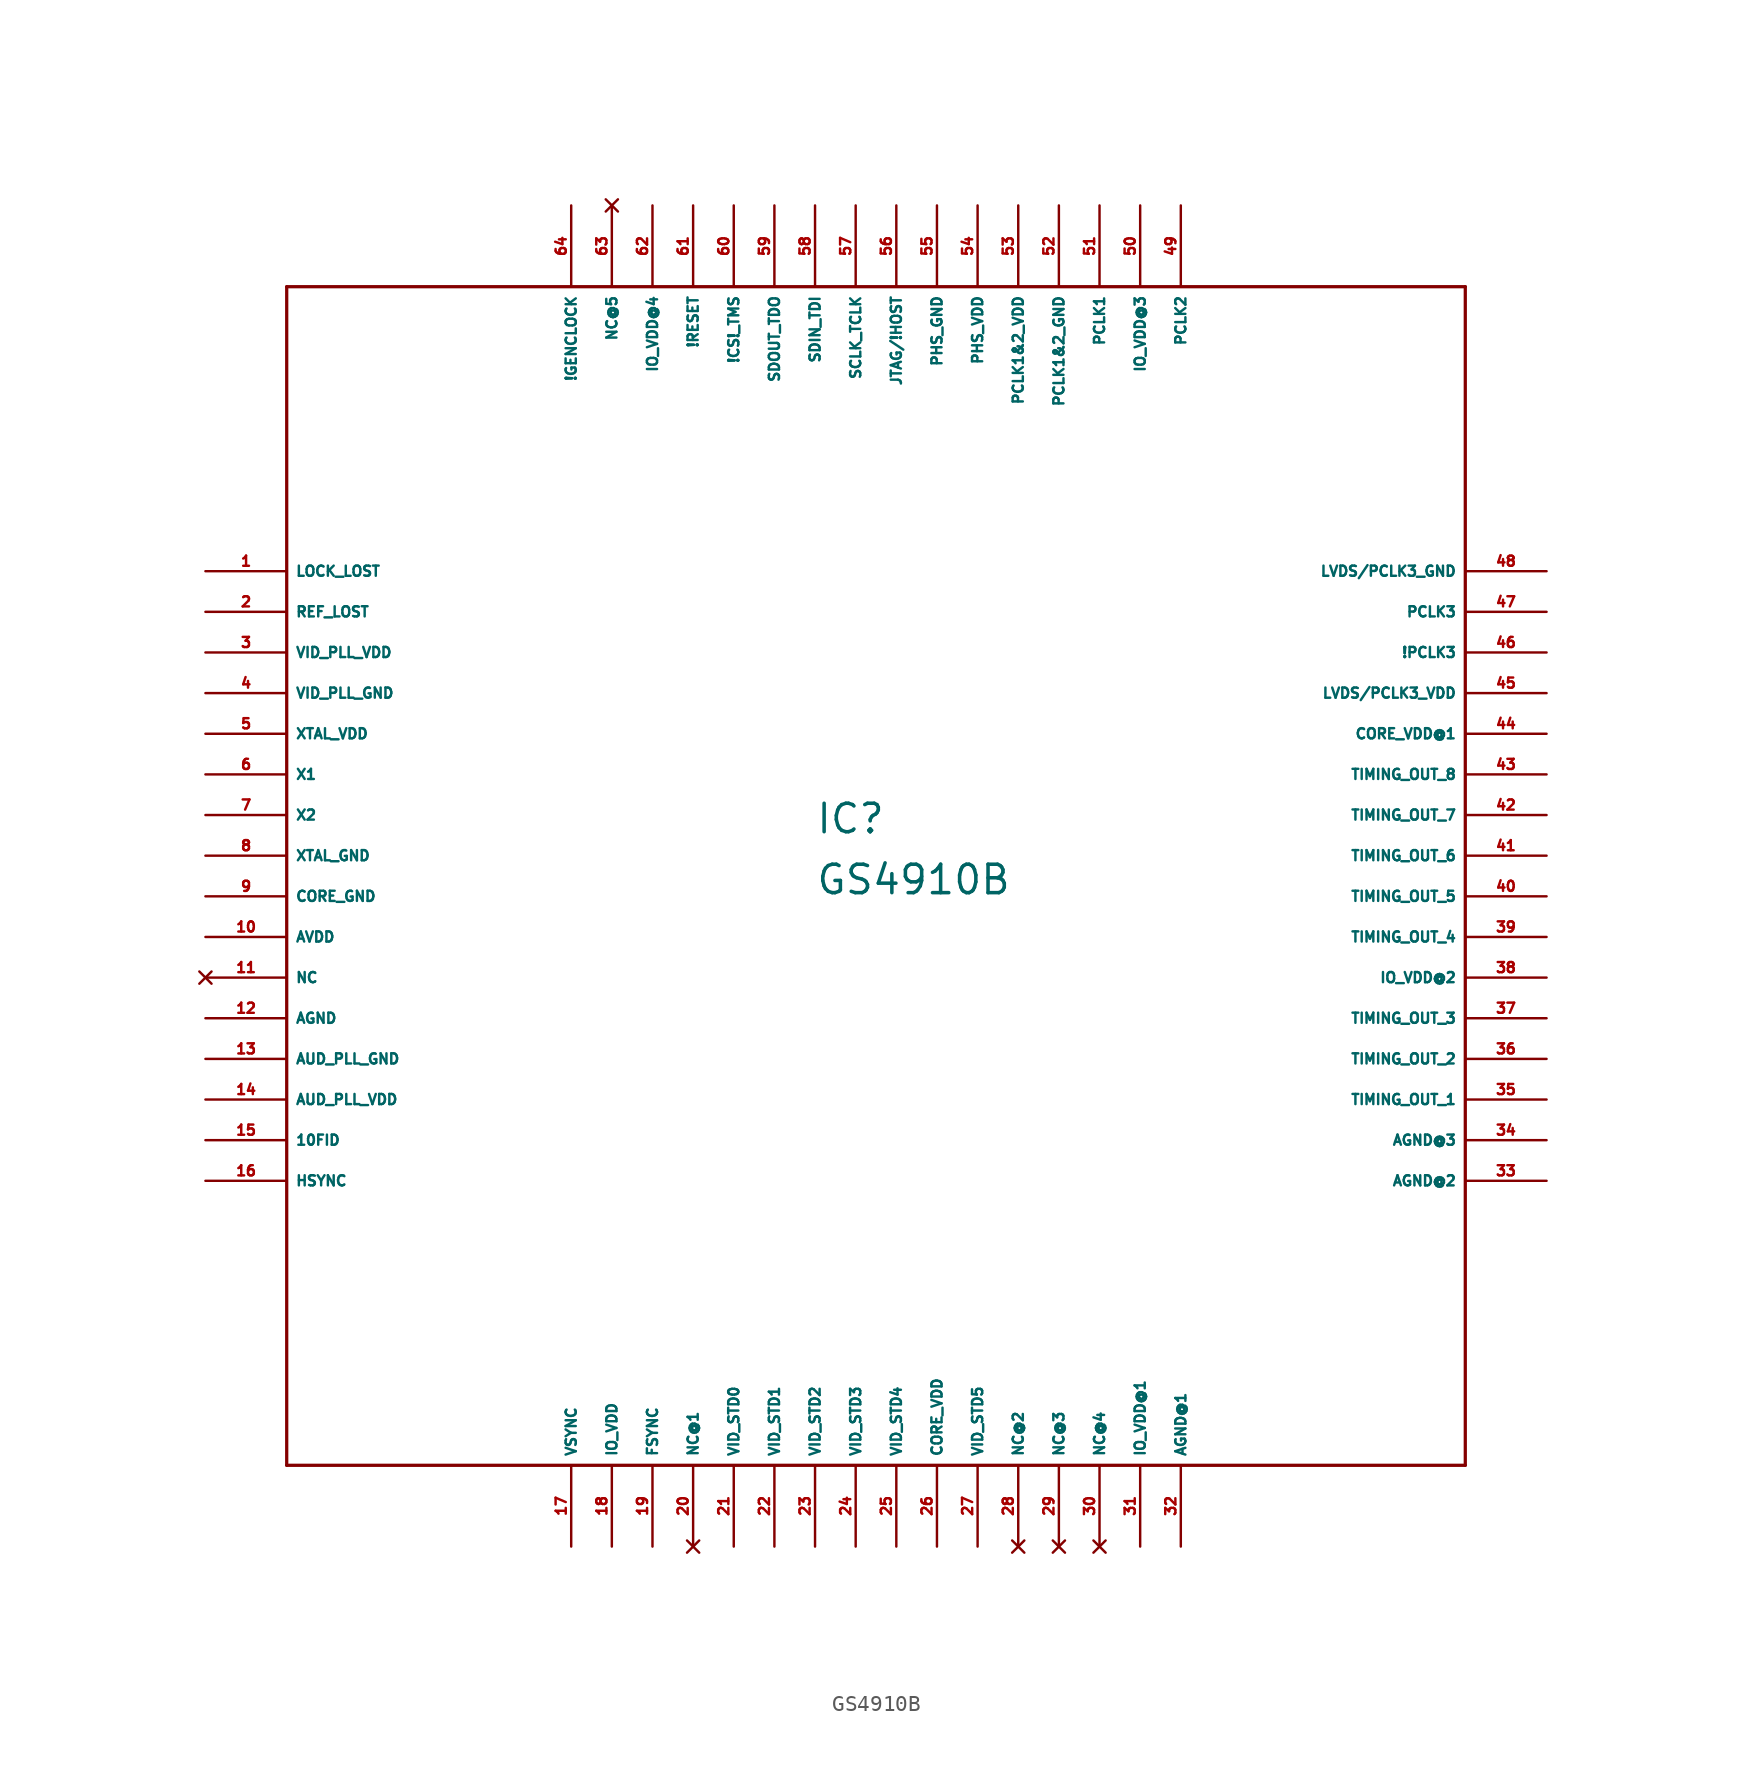
<source format=kicad_sym>
(kicad_symbol_lib
  (version 20220914)
  (generator Eagle2Kicad)
  (symbol "GS4910B"
    (property "Reference" "IC"
      (at -5.08 1.27 0)
      (effects (font (size 1.778 1.778) (thickness 0.22)) (justify left bottom)))
    (property "Value" "GS4910B"
      (at -5.08 -2.54 0)
      (effects (font (size 1.778 1.778) (thickness 0.22)) (justify left bottom)))
    (polyline
      (pts (xy -38.1 -38.1) (xy 35.56 -38.1))
      (stroke (width 0.203) (type default))
      (fill (type none)))
    (polyline
      (pts (xy 35.56 -38.1) (xy 35.56 35.56))
      (stroke (width 0.203) (type default))
      (fill (type none)))
    (polyline
      (pts (xy 35.56 35.56) (xy -38.1 35.56))
      (stroke (width 0.203) (type default))
      (fill (type none)))
    (polyline
      (pts (xy -38.1 35.56) (xy -38.1 -38.1))
      (stroke (width 0.203) (type default))
      (fill (type none)))
    (pin output line
      (at -43.18 17.78 0)
      (length 5.08)
      (name "LOCK_LOST" (effects (font (size 0.635 0.635) (thickness 0.08)) (justify left bottom)))
      (number "1" (effects (font (size 0.635 0.635) (thickness 0.08)) (justify left bottom))))
    (pin output line
      (at -43.18 15.24 0)
      (length 5.08)
      (name "REF_LOST" (effects (font (size 0.635 0.635) (thickness 0.08)) (justify left bottom)))
      (number "2" (effects (font (size 0.635 0.635) (thickness 0.08)) (justify left bottom))))
    (pin unspecified line
      (at -43.18 12.7 0)
      (length 5.08)
      (name "VID_PLL_VDD" (effects (font (size 0.635 0.635) (thickness 0.08)) (justify left bottom)))
      (number "3" (effects (font (size 0.635 0.635) (thickness 0.08)) (justify left bottom))))
    (pin unspecified line
      (at -43.18 10.16 0)
      (length 5.08)
      (name "VID_PLL_GND" (effects (font (size 0.635 0.635) (thickness 0.08)) (justify left bottom)))
      (number "4" (effects (font (size 0.635 0.635) (thickness 0.08)) (justify left bottom))))
    (pin unspecified line
      (at -43.18 7.62 0)
      (length 5.08)
      (name "XTAL_VDD" (effects (font (size 0.635 0.635) (thickness 0.08)) (justify left bottom)))
      (number "5" (effects (font (size 0.635 0.635) (thickness 0.08)) (justify left bottom))))
    (pin input line
      (at -43.18 5.08 0)
      (length 5.08)
      (name "X1" (effects (font (size 0.635 0.635) (thickness 0.08)) (justify left bottom)))
      (number "6" (effects (font (size 0.635 0.635) (thickness 0.08)) (justify left bottom))))
    (pin output line
      (at -43.18 2.54 0)
      (length 5.08)
      (name "X2" (effects (font (size 0.635 0.635) (thickness 0.08)) (justify left bottom)))
      (number "7" (effects (font (size 0.635 0.635) (thickness 0.08)) (justify left bottom))))
    (pin unspecified line
      (at -43.18 0 0)
      (length 5.08)
      (name "XTAL_GND" (effects (font (size 0.635 0.635) (thickness 0.08)) (justify left bottom)))
      (number "8" (effects (font (size 0.635 0.635) (thickness 0.08)) (justify left bottom))))
    (pin unspecified line
      (at -43.18 -2.54 0)
      (length 5.08)
      (name "CORE_GND" (effects (font (size 0.635 0.635) (thickness 0.08)) (justify left bottom)))
      (number "9" (effects (font (size 0.635 0.635) (thickness 0.08)) (justify left bottom))))
    (pin unspecified line
      (at -43.18 -5.08 0)
      (length 5.08)
      (name "AVDD" (effects (font (size 0.635 0.635) (thickness 0.08)) (justify left bottom)))
      (number "10" (effects (font (size 0.635 0.635) (thickness 0.08)) (justify left bottom))))
    (pin no_connect line
      (at -43.18 -7.62 0)
      (length 5.08)
      (name "NC" (effects (font (size 0.635 0.635) (thickness 0.08)) (justify left bottom) hide))
      (number "11" (effects (font (size 0.635 0.635) (thickness 0.08)) (justify left bottom) hide)))
    (pin unspecified line
      (at -43.18 -10.16 0)
      (length 5.08)
      (name "AGND" (effects (font (size 0.635 0.635) (thickness 0.08)) (justify left bottom)))
      (number "12" (effects (font (size 0.635 0.635) (thickness 0.08)) (justify left bottom))))
    (pin unspecified line
      (at -43.18 -12.7 0)
      (length 5.08)
      (name "AUD_PLL_GND" (effects (font (size 0.635 0.635) (thickness 0.08)) (justify left bottom)))
      (number "13" (effects (font (size 0.635 0.635) (thickness 0.08)) (justify left bottom))))
    (pin unspecified line
      (at -43.18 -15.24 0)
      (length 5.08)
      (name "AUD_PLL_VDD" (effects (font (size 0.635 0.635) (thickness 0.08)) (justify left bottom)))
      (number "14" (effects (font (size 0.635 0.635) (thickness 0.08)) (justify left bottom))))
    (pin input line
      (at -43.18 -17.78 0)
      (length 5.08)
      (name "10FID" (effects (font (size 0.635 0.635) (thickness 0.08)) (justify left bottom)))
      (number "15" (effects (font (size 0.635 0.635) (thickness 0.08)) (justify left bottom))))
    (pin input line
      (at -43.18 -20.32 0)
      (length 5.08)
      (name "HSYNC" (effects (font (size 0.635 0.635) (thickness 0.08)) (justify left bottom)))
      (number "16" (effects (font (size 0.635 0.635) (thickness 0.08)) (justify left bottom))))
    (pin input line
      (at -20.32 -43.18 90)
      (length 5.08)
      (name "VSYNC" (effects (font (size 0.635 0.635) (thickness 0.08)) (justify left bottom)))
      (number "17" (effects (font (size 0.635 0.635) (thickness 0.08)) (justify left bottom))))
    (pin unspecified line
      (at -17.78 -43.18 90)
      (length 5.08)
      (name "IO_VDD" (effects (font (size 0.635 0.635) (thickness 0.08)) (justify left bottom)))
      (number "18" (effects (font (size 0.635 0.635) (thickness 0.08)) (justify left bottom))))
    (pin input line
      (at -15.24 -43.18 90)
      (length 5.08)
      (name "FSYNC" (effects (font (size 0.635 0.635) (thickness 0.08)) (justify left bottom)))
      (number "19" (effects (font (size 0.635 0.635) (thickness 0.08)) (justify left bottom))))
    (pin no_connect line
      (at -12.7 -43.18 90)
      (length 5.08)
      (name "NC@1" (effects (font (size 0.635 0.635) (thickness 0.08)) (justify left bottom) hide))
      (number "20" (effects (font (size 0.635 0.635) (thickness 0.08)) (justify left bottom) hide)))
    (pin input line
      (at -10.16 -43.18 90)
      (length 5.08)
      (name "VID_STD0" (effects (font (size 0.635 0.635) (thickness 0.08)) (justify left bottom)))
      (number "21" (effects (font (size 0.635 0.635) (thickness 0.08)) (justify left bottom))))
    (pin input line
      (at -7.62 -43.18 90)
      (length 5.08)
      (name "VID_STD1" (effects (font (size 0.635 0.635) (thickness 0.08)) (justify left bottom)))
      (number "22" (effects (font (size 0.635 0.635) (thickness 0.08)) (justify left bottom))))
    (pin input line
      (at -5.08 -43.18 90)
      (length 5.08)
      (name "VID_STD2" (effects (font (size 0.635 0.635) (thickness 0.08)) (justify left bottom)))
      (number "23" (effects (font (size 0.635 0.635) (thickness 0.08)) (justify left bottom))))
    (pin input line
      (at -2.54 -43.18 90)
      (length 5.08)
      (name "VID_STD3" (effects (font (size 0.635 0.635) (thickness 0.08)) (justify left bottom)))
      (number "24" (effects (font (size 0.635 0.635) (thickness 0.08)) (justify left bottom))))
    (pin input line
      (at 0 -43.18 90)
      (length 5.08)
      (name "VID_STD4" (effects (font (size 0.635 0.635) (thickness 0.08)) (justify left bottom)))
      (number "25" (effects (font (size 0.635 0.635) (thickness 0.08)) (justify left bottom))))
    (pin unspecified line
      (at 2.54 -43.18 90)
      (length 5.08)
      (name "CORE_VDD" (effects (font (size 0.635 0.635) (thickness 0.08)) (justify left bottom)))
      (number "26" (effects (font (size 0.635 0.635) (thickness 0.08)) (justify left bottom))))
    (pin input line
      (at 5.08 -43.18 90)
      (length 5.08)
      (name "VID_STD5" (effects (font (size 0.635 0.635) (thickness 0.08)) (justify left bottom)))
      (number "27" (effects (font (size 0.635 0.635) (thickness 0.08)) (justify left bottom))))
    (pin no_connect line
      (at 7.62 -43.18 90)
      (length 5.08)
      (name "NC@2" (effects (font (size 0.635 0.635) (thickness 0.08)) (justify left bottom) hide))
      (number "28" (effects (font (size 0.635 0.635) (thickness 0.08)) (justify left bottom) hide)))
    (pin no_connect line
      (at 10.16 -43.18 90)
      (length 5.08)
      (name "NC@3" (effects (font (size 0.635 0.635) (thickness 0.08)) (justify left bottom) hide))
      (number "29" (effects (font (size 0.635 0.635) (thickness 0.08)) (justify left bottom) hide)))
    (pin no_connect line
      (at 12.7 -43.18 90)
      (length 5.08)
      (name "NC@4" (effects (font (size 0.635 0.635) (thickness 0.08)) (justify left bottom) hide))
      (number "30" (effects (font (size 0.635 0.635) (thickness 0.08)) (justify left bottom) hide)))
    (pin unspecified line
      (at 15.24 -43.18 90)
      (length 5.08)
      (name "IO_VDD@1" (effects (font (size 0.635 0.635) (thickness 0.08)) (justify left bottom)))
      (number "31" (effects (font (size 0.635 0.635) (thickness 0.08)) (justify left bottom))))
    (pin unspecified line
      (at 17.78 -43.18 90)
      (length 5.08)
      (name "AGND@1" (effects (font (size 0.635 0.635) (thickness 0.08)) (justify left bottom)))
      (number "32" (effects (font (size 0.635 0.635) (thickness 0.08)) (justify left bottom))))
    (pin unspecified line
      (at 40.64 -20.32 180)
      (length 5.08)
      (name "AGND@2" (effects (font (size 0.635 0.635) (thickness 0.08)) (justify left bottom)))
      (number "33" (effects (font (size 0.635 0.635) (thickness 0.08)) (justify left bottom))))
    (pin unspecified line
      (at 40.64 -17.78 180)
      (length 5.08)
      (name "AGND@3" (effects (font (size 0.635 0.635) (thickness 0.08)) (justify left bottom)))
      (number "34" (effects (font (size 0.635 0.635) (thickness 0.08)) (justify left bottom))))
    (pin output line
      (at 40.64 -15.24 180)
      (length 5.08)
      (name "TIMING_OUT_1" (effects (font (size 0.635 0.635) (thickness 0.08)) (justify left bottom)))
      (number "35" (effects (font (size 0.635 0.635) (thickness 0.08)) (justify left bottom))))
    (pin output line
      (at 40.64 -12.7 180)
      (length 5.08)
      (name "TIMING_OUT_2" (effects (font (size 0.635 0.635) (thickness 0.08)) (justify left bottom)))
      (number "36" (effects (font (size 0.635 0.635) (thickness 0.08)) (justify left bottom))))
    (pin output line
      (at 40.64 -10.16 180)
      (length 5.08)
      (name "TIMING_OUT_3" (effects (font (size 0.635 0.635) (thickness 0.08)) (justify left bottom)))
      (number "37" (effects (font (size 0.635 0.635) (thickness 0.08)) (justify left bottom))))
    (pin unspecified line
      (at 40.64 -7.62 180)
      (length 5.08)
      (name "IO_VDD@2" (effects (font (size 0.635 0.635) (thickness 0.08)) (justify left bottom)))
      (number "38" (effects (font (size 0.635 0.635) (thickness 0.08)) (justify left bottom))))
    (pin output line
      (at 40.64 -5.08 180)
      (length 5.08)
      (name "TIMING_OUT_4" (effects (font (size 0.635 0.635) (thickness 0.08)) (justify left bottom)))
      (number "39" (effects (font (size 0.635 0.635) (thickness 0.08)) (justify left bottom))))
    (pin output line
      (at 40.64 -2.54 180)
      (length 5.08)
      (name "TIMING_OUT_5" (effects (font (size 0.635 0.635) (thickness 0.08)) (justify left bottom)))
      (number "40" (effects (font (size 0.635 0.635) (thickness 0.08)) (justify left bottom))))
    (pin output line
      (at 40.64 0 180)
      (length 5.08)
      (name "TIMING_OUT_6" (effects (font (size 0.635 0.635) (thickness 0.08)) (justify left bottom)))
      (number "41" (effects (font (size 0.635 0.635) (thickness 0.08)) (justify left bottom))))
    (pin output line
      (at 40.64 2.54 180)
      (length 5.08)
      (name "TIMING_OUT_7" (effects (font (size 0.635 0.635) (thickness 0.08)) (justify left bottom)))
      (number "42" (effects (font (size 0.635 0.635) (thickness 0.08)) (justify left bottom))))
    (pin output line
      (at 40.64 5.08 180)
      (length 5.08)
      (name "TIMING_OUT_8" (effects (font (size 0.635 0.635) (thickness 0.08)) (justify left bottom)))
      (number "43" (effects (font (size 0.635 0.635) (thickness 0.08)) (justify left bottom))))
    (pin unspecified line
      (at 40.64 7.62 180)
      (length 5.08)
      (name "CORE_VDD@1" (effects (font (size 0.635 0.635) (thickness 0.08)) (justify left bottom)))
      (number "44" (effects (font (size 0.635 0.635) (thickness 0.08)) (justify left bottom))))
    (pin unspecified line
      (at 40.64 10.16 180)
      (length 5.08)
      (name "LVDS/PCLK3_VDD" (effects (font (size 0.635 0.635) (thickness 0.08)) (justify left bottom)))
      (number "45" (effects (font (size 0.635 0.635) (thickness 0.08)) (justify left bottom))))
    (pin output line
      (at 40.64 12.7 180)
      (length 5.08)
      (name "!PCLK3" (effects (font (size 0.635 0.635) (thickness 0.08)) (justify left bottom)))
      (number "46" (effects (font (size 0.635 0.635) (thickness 0.08)) (justify left bottom))))
    (pin output line
      (at 40.64 15.24 180)
      (length 5.08)
      (name "PCLK3" (effects (font (size 0.635 0.635) (thickness 0.08)) (justify left bottom)))
      (number "47" (effects (font (size 0.635 0.635) (thickness 0.08)) (justify left bottom))))
    (pin unspecified line
      (at 40.64 17.78 180)
      (length 5.08)
      (name "LVDS/PCLK3_GND" (effects (font (size 0.635 0.635) (thickness 0.08)) (justify left bottom)))
      (number "48" (effects (font (size 0.635 0.635) (thickness 0.08)) (justify left bottom))))
    (pin output line
      (at 17.78 40.64 270)
      (length 5.08)
      (name "PCLK2" (effects (font (size 0.635 0.635) (thickness 0.08)) (justify left bottom)))
      (number "49" (effects (font (size 0.635 0.635) (thickness 0.08)) (justify left bottom))))
    (pin unspecified line
      (at 15.24 40.64 270)
      (length 5.08)
      (name "IO_VDD@3" (effects (font (size 0.635 0.635) (thickness 0.08)) (justify left bottom)))
      (number "50" (effects (font (size 0.635 0.635) (thickness 0.08)) (justify left bottom))))
    (pin output line
      (at 12.7 40.64 270)
      (length 5.08)
      (name "PCLK1" (effects (font (size 0.635 0.635) (thickness 0.08)) (justify left bottom)))
      (number "51" (effects (font (size 0.635 0.635) (thickness 0.08)) (justify left bottom))))
    (pin unspecified line
      (at 10.16 40.64 270)
      (length 5.08)
      (name "PCLK1&2_GND" (effects (font (size 0.635 0.635) (thickness 0.08)) (justify left bottom)))
      (number "52" (effects (font (size 0.635 0.635) (thickness 0.08)) (justify left bottom))))
    (pin unspecified line
      (at 7.62 40.64 270)
      (length 5.08)
      (name "PCLK1&2_VDD" (effects (font (size 0.635 0.635) (thickness 0.08)) (justify left bottom)))
      (number "53" (effects (font (size 0.635 0.635) (thickness 0.08)) (justify left bottom))))
    (pin unspecified line
      (at 5.08 40.64 270)
      (length 5.08)
      (name "PHS_VDD" (effects (font (size 0.635 0.635) (thickness 0.08)) (justify left bottom)))
      (number "54" (effects (font (size 0.635 0.635) (thickness 0.08)) (justify left bottom))))
    (pin unspecified line
      (at 2.54 40.64 270)
      (length 5.08)
      (name "PHS_GND" (effects (font (size 0.635 0.635) (thickness 0.08)) (justify left bottom)))
      (number "55" (effects (font (size 0.635 0.635) (thickness 0.08)) (justify left bottom))))
    (pin input line
      (at 0 40.64 270)
      (length 5.08)
      (name "JTAG/!HOST" (effects (font (size 0.635 0.635) (thickness 0.08)) (justify left bottom)))
      (number "56" (effects (font (size 0.635 0.635) (thickness 0.08)) (justify left bottom))))
    (pin input line
      (at -2.54 40.64 270)
      (length 5.08)
      (name "SCLK_TCLK" (effects (font (size 0.635 0.635) (thickness 0.08)) (justify left bottom)))
      (number "57" (effects (font (size 0.635 0.635) (thickness 0.08)) (justify left bottom))))
    (pin input line
      (at -5.08 40.64 270)
      (length 5.08)
      (name "SDIN_TDI" (effects (font (size 0.635 0.635) (thickness 0.08)) (justify left bottom)))
      (number "58" (effects (font (size 0.635 0.635) (thickness 0.08)) (justify left bottom))))
    (pin output line
      (at -7.62 40.64 270)
      (length 5.08)
      (name "SDOUT_TDO" (effects (font (size 0.635 0.635) (thickness 0.08)) (justify left bottom)))
      (number "59" (effects (font (size 0.635 0.635) (thickness 0.08)) (justify left bottom))))
    (pin input line
      (at -10.16 40.64 270)
      (length 5.08)
      (name "!CS!_TMS" (effects (font (size 0.635 0.635) (thickness 0.08)) (justify left bottom)))
      (number "60" (effects (font (size 0.635 0.635) (thickness 0.08)) (justify left bottom))))
    (pin input line
      (at -12.7 40.64 270)
      (length 5.08)
      (name "!RESET" (effects (font (size 0.635 0.635) (thickness 0.08)) (justify left bottom)))
      (number "61" (effects (font (size 0.635 0.635) (thickness 0.08)) (justify left bottom))))
    (pin unspecified line
      (at -15.24 40.64 270)
      (length 5.08)
      (name "IO_VDD@4" (effects (font (size 0.635 0.635) (thickness 0.08)) (justify left bottom)))
      (number "62" (effects (font (size 0.635 0.635) (thickness 0.08)) (justify left bottom))))
    (pin no_connect line
      (at -17.78 40.64 270)
      (length 5.08)
      (name "NC@5" (effects (font (size 0.635 0.635) (thickness 0.08)) (justify left bottom) hide))
      (number "63" (effects (font (size 0.635 0.635) (thickness 0.08)) (justify left bottom) hide)))
    (pin input line
      (at -20.32 40.64 270)
      (length 5.08)
      (name "!GENCLOCK" (effects (font (size 0.635 0.635) (thickness 0.08)) (justify left bottom)))
      (number "64" (effects (font (size 0.635 0.635) (thickness 0.08)) (justify left bottom))))))
</source>
